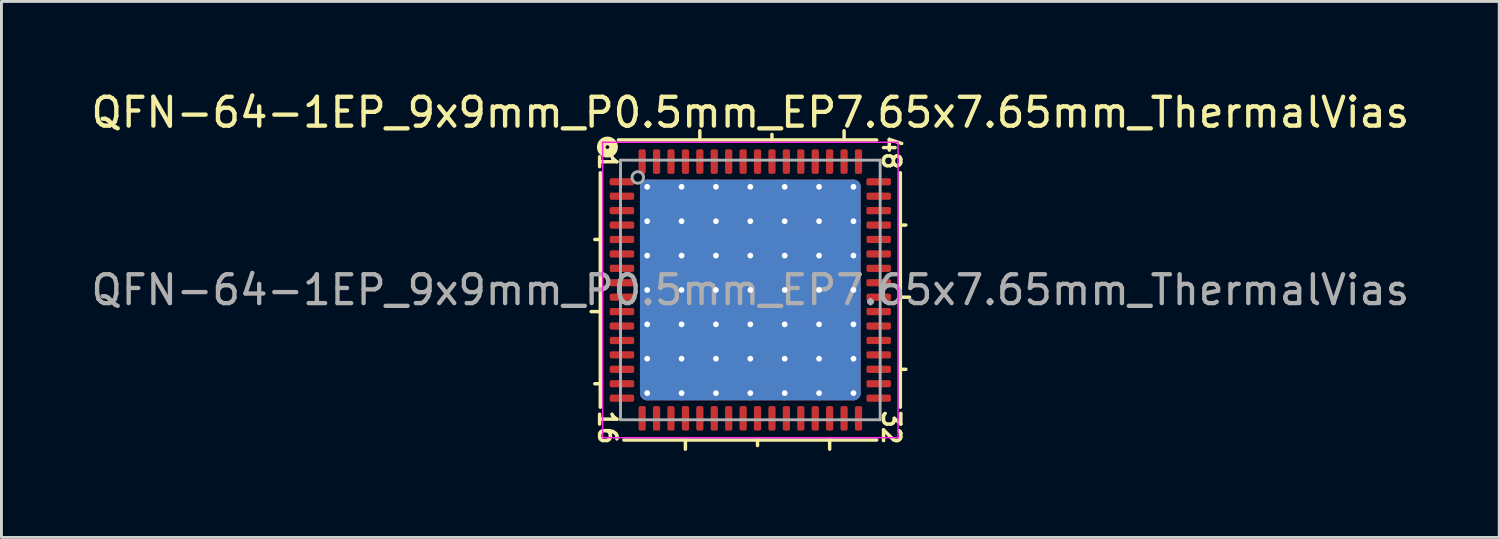
<source format=kicad_pcb>
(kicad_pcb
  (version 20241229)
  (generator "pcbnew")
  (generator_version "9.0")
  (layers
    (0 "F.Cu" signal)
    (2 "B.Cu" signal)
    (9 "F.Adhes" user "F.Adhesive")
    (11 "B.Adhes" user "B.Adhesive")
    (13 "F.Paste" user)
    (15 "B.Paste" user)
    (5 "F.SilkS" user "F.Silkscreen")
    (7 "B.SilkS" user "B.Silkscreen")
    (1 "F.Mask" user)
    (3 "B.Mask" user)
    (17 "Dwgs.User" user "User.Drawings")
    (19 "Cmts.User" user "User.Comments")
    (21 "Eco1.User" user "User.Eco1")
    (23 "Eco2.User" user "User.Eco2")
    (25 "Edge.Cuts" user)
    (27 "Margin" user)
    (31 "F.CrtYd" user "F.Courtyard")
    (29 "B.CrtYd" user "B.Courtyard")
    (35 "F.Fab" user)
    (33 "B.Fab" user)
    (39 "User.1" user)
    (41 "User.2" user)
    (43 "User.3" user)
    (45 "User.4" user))
  (footprint "QFN-64-1EP_9x9mm_P0.5mm_EP7.65x7.65mm_ThermalVias"
    (layer "F.Cu")
    (at 22.958 7.001)
    (property "Reference" "QFN-64-1EP_9x9mm_P0.5mm_EP7.65x7.65mm_ThermalVias" (at 0 -6.152 0) (layer "F.SilkS") (effects (font (size 1 1) (thickness 0.15))))
    (attr smd)
    (fp_line (start -5.2 -4.064) (end -5.2 4.064) (stroke (width 0.12) (type solid)) (layer "F.SilkS"))
    (fp_line (start -5.2 -1.75) (end -5.391 -1.75) (stroke (width 0.12) (type solid)) (layer "F.SilkS"))
    (fp_line (start -5.2 0.75) (end -5.518 0.75) (stroke (width 0.12) (type solid)) (layer "F.SilkS"))
    (fp_line (start -5.2 3.25) (end -5.391 3.25) (stroke (width 0.12) (type solid)) (layer "F.SilkS"))
    (fp_line (start -4.381 5.2) (end 4.381 5.2) (stroke (width 0.12) (type solid)) (layer "F.SilkS"))
    (fp_line (start -2.25 5.2) (end -2.25 5.518) (stroke (width 0.12) (type solid)) (layer "F.SilkS"))
    (fp_line (start -1.75 -5.2) (end -1.75 -5.518) (stroke (width 0.12) (type solid)) (layer "F.SilkS"))
    (fp_line (start 0.25 5.2) (end 0.25 5.391) (stroke (width 0.12) (type solid)) (layer "F.SilkS"))
    (fp_line (start 0.75 -5.2) (end 0.75 -5.391) (stroke (width 0.12) (type solid)) (layer "F.SilkS"))
    (fp_line (start 2.75 5.2) (end 2.75 5.518) (stroke (width 0.12) (type solid)) (layer "F.SilkS"))
    (fp_line (start 3.25 -5.2) (end 3.25 -5.518) (stroke (width 0.12) (type solid)) (layer "F.SilkS"))
    (fp_line (start 4.381 -5.2) (end -4.572 -5.2) (stroke (width 0.12) (type solid)) (layer "F.SilkS"))
    (fp_line (start 5.2 -2.25) (end 5.391 -2.25) (stroke (width 0.12) (type solid)) (layer "F.SilkS"))
    (fp_line (start 5.2 0.25) (end 5.518 0.25) (stroke (width 0.12) (type solid)) (layer "F.SilkS"))
    (fp_line (start 5.2 2.75) (end 5.391 2.75) (stroke (width 0.12) (type solid)) (layer "F.SilkS"))
    (fp_line (start 5.2 4.064) (end 5.2 -4.064) (stroke (width 0.12) (type solid)) (layer "F.SilkS"))
    (fp_circle (center -4.953 -4.953) (end -4.889 -4.953) (stroke (width 0.3) (type solid)) (fill no) (layer "F.SilkS"))
    (fp_line (start -5.12 -5.12) (end -5.12 5.12) (stroke (width 0.05) (type solid)) (layer "F.CrtYd"))
    (fp_line (start -5.12 5.12) (end 5.12 5.12) (stroke (width 0.05) (type solid)) (layer "F.CrtYd"))
    (fp_line (start 5.12 -5.12) (end -5.12 -5.12) (stroke (width 0.05) (type solid)) (layer "F.CrtYd"))
    (fp_line (start 5.12 5.12) (end 5.12 -5.12) (stroke (width 0.05) (type solid)) (layer "F.CrtYd"))
    (fp_line (start -4.5 -4.5) (end 4.5 -4.5) (stroke (width 0.1) (type solid)) (layer "F.Fab"))
    (fp_line (start -4.5 4.5) (end -4.5 -4.5) (stroke (width 0.1) (type solid)) (layer "F.Fab"))
    (fp_line (start 4.5 -4.5) (end 4.5 4.5) (stroke (width 0.1) (type solid)) (layer "F.Fab"))
    (fp_line (start 4.5 4.5) (end -4.5 4.5) (stroke (width 0.1) (type solid)) (layer "F.Fab"))
    (fp_circle (center -3.9 -3.9) (end -3.7 -3.9) (stroke (width 0.1) (type solid)) (fill no) (layer "F.Fab"))
    (fp_text user "1" (at -4.953 -4.445 270) (unlocked yes) (layer "F.SilkS") (effects (font (size 0.6 0.6) (thickness 0.12))))
    (fp_text user "32" (at 4.889 4.763 270) (unlocked yes) (layer "F.SilkS") (effects (font (size 0.6 0.6) (thickness 0.12))))
    (fp_text user "48" (at 4.889 -4.763 270) (unlocked yes) (layer "F.SilkS") (effects (font (size 0.6 0.6) (thickness 0.12))))
    (fp_text user "16" (at -4.953 4.763 270) (unlocked yes) (layer "F.SilkS") (effects (font (size 0.6 0.6) (thickness 0.12))))
    (fp_text user "${REFERENCE}" (at 0 0 0) (layer "F.Fab") (effects (font (size 1 1) (thickness 0.15))))
    (pad "" smd roundrect (at -2.979 -2.979) (size 1.028 1.028) (layers "F.Paste") (roundrect_rratio 0.243))
    (pad "" smd roundrect (at -2.979 -1.788) (size 1.028 1.028) (layers "F.Paste") (roundrect_rratio 0.243))
    (pad "" smd roundrect (at -2.979 -0.596) (size 1.028 1.028) (layers "F.Paste") (roundrect_rratio 0.243))
    (pad "" smd roundrect (at -2.979 0.596) (size 1.028 1.028) (layers "F.Paste") (roundrect_rratio 0.243))
    (pad "" smd roundrect (at -2.979 1.788) (size 1.028 1.028) (layers "F.Paste") (roundrect_rratio 0.243))
    (pad "" smd roundrect (at -2.979 2.979) (size 1.028 1.028) (layers "F.Paste") (roundrect_rratio 0.243))
    (pad "" smd roundrect (at -1.788 -2.979) (size 1.028 1.028) (layers "F.Paste") (roundrect_rratio 0.243))
    (pad "" smd roundrect (at -1.788 -1.788) (size 1.028 1.028) (layers "F.Paste") (roundrect_rratio 0.243))
    (pad "" smd roundrect (at -1.788 -0.596) (size 1.028 1.028) (layers "F.Paste") (roundrect_rratio 0.243))
    (pad "" smd roundrect (at -1.788 0.596) (size 1.028 1.028) (layers "F.Paste") (roundrect_rratio 0.243))
    (pad "" smd roundrect (at -1.788 1.788) (size 1.028 1.028) (layers "F.Paste") (roundrect_rratio 0.243))
    (pad "" smd roundrect (at -1.788 2.979) (size 1.028 1.028) (layers "F.Paste") (roundrect_rratio 0.243))
    (pad "" smd roundrect (at -0.596 -2.979) (size 1.028 1.028) (layers "F.Paste") (roundrect_rratio 0.243))
    (pad "" smd roundrect (at -0.596 -1.788) (size 1.028 1.028) (layers "F.Paste") (roundrect_rratio 0.243))
    (pad "" smd roundrect (at -0.596 -0.596) (size 1.028 1.028) (layers "F.Paste") (roundrect_rratio 0.243))
    (pad "" smd roundrect (at -0.596 0.596) (size 1.028 1.028) (layers "F.Paste") (roundrect_rratio 0.243))
    (pad "" smd roundrect (at -0.596 1.788) (size 1.028 1.028) (layers "F.Paste") (roundrect_rratio 0.243))
    (pad "" smd roundrect (at -0.596 2.979) (size 1.028 1.028) (layers "F.Paste") (roundrect_rratio 0.243))
    (pad "" smd roundrect (at 0.596 -2.979) (size 1.028 1.028) (layers "F.Paste") (roundrect_rratio 0.243))
    (pad "" smd roundrect (at 0.596 -1.788) (size 1.028 1.028) (layers "F.Paste") (roundrect_rratio 0.243))
    (pad "" smd roundrect (at 0.596 -0.596) (size 1.028 1.028) (layers "F.Paste") (roundrect_rratio 0.243))
    (pad "" smd roundrect (at 0.596 0.596) (size 1.028 1.028) (layers "F.Paste") (roundrect_rratio 0.243))
    (pad "" smd roundrect (at 0.596 1.788) (size 1.028 1.028) (layers "F.Paste") (roundrect_rratio 0.243))
    (pad "" smd roundrect (at 0.596 2.979) (size 1.028 1.028) (layers "F.Paste") (roundrect_rratio 0.243))
    (pad "" smd roundrect (at 1.788 -2.979) (size 1.028 1.028) (layers "F.Paste") (roundrect_rratio 0.243))
    (pad "" smd roundrect (at 1.788 -1.788) (size 1.028 1.028) (layers "F.Paste") (roundrect_rratio 0.243))
    (pad "" smd roundrect (at 1.788 -0.596) (size 1.028 1.028) (layers "F.Paste") (roundrect_rratio 0.243))
    (pad "" smd roundrect (at 1.788 0.596) (size 1.028 1.028) (layers "F.Paste") (roundrect_rratio 0.243))
    (pad "" smd roundrect (at 1.788 1.788) (size 1.028 1.028) (layers "F.Paste") (roundrect_rratio 0.243))
    (pad "" smd roundrect (at 1.788 2.979) (size 1.028 1.028) (layers "F.Paste") (roundrect_rratio 0.243))
    (pad "" smd roundrect (at 2.979 -2.979) (size 1.028 1.028) (layers "F.Paste") (roundrect_rratio 0.243))
    (pad "" smd roundrect (at 2.979 -1.788) (size 1.028 1.028) (layers "F.Paste") (roundrect_rratio 0.243))
    (pad "" smd roundrect (at 2.979 -0.596) (size 1.028 1.028) (layers "F.Paste") (roundrect_rratio 0.243))
    (pad "" smd roundrect (at 2.979 0.596) (size 1.028 1.028) (layers "F.Paste") (roundrect_rratio 0.243))
    (pad "" smd roundrect (at 2.979 1.788) (size 1.028 1.028) (layers "F.Paste") (roundrect_rratio 0.243))
    (pad "" smd roundrect (at 2.979 2.979) (size 1.028 1.028) (layers "F.Paste") (roundrect_rratio 0.243))
    (pad "1" smd roundrect (at -4.45 -3.75) (size 0.85 0.25) (layers "F.Cu" "F.Mask" "F.Paste") (roundrect_rratio 0.25))
    (pad "2" smd roundrect (at -4.45 -3.25) (size 0.85 0.25) (layers "F.Cu" "F.Mask" "F.Paste") (roundrect_rratio 0.25))
    (pad "3" smd roundrect (at -4.45 -2.75) (size 0.85 0.25) (layers "F.Cu" "F.Mask" "F.Paste") (roundrect_rratio 0.25))
    (pad "4" smd roundrect (at -4.45 -2.25) (size 0.85 0.25) (layers "F.Cu" "F.Mask" "F.Paste") (roundrect_rratio 0.25))
    (pad "5" smd roundrect (at -4.45 -1.75) (size 0.85 0.25) (layers "F.Cu" "F.Mask" "F.Paste") (roundrect_rratio 0.25))
    (pad "6" smd roundrect (at -4.45 -1.25) (size 0.85 0.25) (layers "F.Cu" "F.Mask" "F.Paste") (roundrect_rratio 0.25))
    (pad "7" smd roundrect (at -4.45 -0.75) (size 0.85 0.25) (layers "F.Cu" "F.Mask" "F.Paste") (roundrect_rratio 0.25))
    (pad "8" smd roundrect (at -4.45 -0.25) (size 0.85 0.25) (layers "F.Cu" "F.Mask" "F.Paste") (roundrect_rratio 0.25))
    (pad "9" smd roundrect (at -4.45 0.25) (size 0.85 0.25) (layers "F.Cu" "F.Mask" "F.Paste") (roundrect_rratio 0.25))
    (pad "10" smd roundrect (at -4.45 0.75) (size 0.85 0.25) (layers "F.Cu" "F.Mask" "F.Paste") (roundrect_rratio 0.25))
    (pad "11" smd roundrect (at -4.45 1.25) (size 0.85 0.25) (layers "F.Cu" "F.Mask" "F.Paste") (roundrect_rratio 0.25))
    (pad "12" smd roundrect (at -4.45 1.75) (size 0.85 0.25) (layers "F.Cu" "F.Mask" "F.Paste") (roundrect_rratio 0.25))
    (pad "13" smd roundrect (at -4.45 2.25) (size 0.85 0.25) (layers "F.Cu" "F.Mask" "F.Paste") (roundrect_rratio 0.25))
    (pad "14" smd roundrect (at -4.45 2.75) (size 0.85 0.25) (layers "F.Cu" "F.Mask" "F.Paste") (roundrect_rratio 0.25))
    (pad "15" smd roundrect (at -4.45 3.25) (size 0.85 0.25) (layers "F.Cu" "F.Mask" "F.Paste") (roundrect_rratio 0.25))
    (pad "16" smd roundrect (at -4.45 3.75) (size 0.85 0.25) (layers "F.Cu" "F.Mask" "F.Paste") (roundrect_rratio 0.25))
    (pad "17" smd roundrect (at -3.75 4.45) (size 0.25 0.85) (layers "F.Cu" "F.Mask" "F.Paste") (roundrect_rratio 0.25))
    (pad "18" smd roundrect (at -3.25 4.45) (size 0.25 0.85) (layers "F.Cu" "F.Mask" "F.Paste") (roundrect_rratio 0.25))
    (pad "19" smd roundrect (at -2.75 4.45) (size 0.25 0.85) (layers "F.Cu" "F.Mask" "F.Paste") (roundrect_rratio 0.25))
    (pad "20" smd roundrect (at -2.25 4.45) (size 0.25 0.85) (layers "F.Cu" "F.Mask" "F.Paste") (roundrect_rratio 0.25))
    (pad "21" smd roundrect (at -1.75 4.45) (size 0.25 0.85) (layers "F.Cu" "F.Mask" "F.Paste") (roundrect_rratio 0.25))
    (pad "22" smd roundrect (at -1.25 4.45) (size 0.25 0.85) (layers "F.Cu" "F.Mask" "F.Paste") (roundrect_rratio 0.25))
    (pad "23" smd roundrect (at -0.75 4.45) (size 0.25 0.85) (layers "F.Cu" "F.Mask" "F.Paste") (roundrect_rratio 0.25))
    (pad "24" smd roundrect (at -0.25 4.45) (size 0.25 0.85) (layers "F.Cu" "F.Mask" "F.Paste") (roundrect_rratio 0.25))
    (pad "25" smd roundrect (at 0.25 4.45) (size 0.25 0.85) (layers "F.Cu" "F.Mask" "F.Paste") (roundrect_rratio 0.25))
    (pad "26" smd roundrect (at 0.75 4.45) (size 0.25 0.85) (layers "F.Cu" "F.Mask" "F.Paste") (roundrect_rratio 0.25))
    (pad "27" smd roundrect (at 1.25 4.45) (size 0.25 0.85) (layers "F.Cu" "F.Mask" "F.Paste") (roundrect_rratio 0.25))
    (pad "28" smd roundrect (at 1.75 4.45) (size 0.25 0.85) (layers "F.Cu" "F.Mask" "F.Paste") (roundrect_rratio 0.25))
    (pad "29" smd roundrect (at 2.25 4.45) (size 0.25 0.85) (layers "F.Cu" "F.Mask" "F.Paste") (roundrect_rratio 0.25))
    (pad "30" smd roundrect (at 2.75 4.45) (size 0.25 0.85) (layers "F.Cu" "F.Mask" "F.Paste") (roundrect_rratio 0.25))
    (pad "31" smd roundrect (at 3.25 4.45) (size 0.25 0.85) (layers "F.Cu" "F.Mask" "F.Paste") (roundrect_rratio 0.25))
    (pad "32" smd roundrect (at 3.75 4.45) (size 0.25 0.85) (layers "F.Cu" "F.Mask" "F.Paste") (roundrect_rratio 0.25))
    (pad "33" smd roundrect (at 4.45 3.75) (size 0.85 0.25) (layers "F.Cu" "F.Mask" "F.Paste") (roundrect_rratio 0.25))
    (pad "34" smd roundrect (at 4.45 3.25) (size 0.85 0.25) (layers "F.Cu" "F.Mask" "F.Paste") (roundrect_rratio 0.25))
    (pad "35" smd roundrect (at 4.45 2.75) (size 0.85 0.25) (layers "F.Cu" "F.Mask" "F.Paste") (roundrect_rratio 0.25))
    (pad "36" smd roundrect (at 4.45 2.25) (size 0.85 0.25) (layers "F.Cu" "F.Mask" "F.Paste") (roundrect_rratio 0.25))
    (pad "37" smd roundrect (at 4.45 1.75) (size 0.85 0.25) (layers "F.Cu" "F.Mask" "F.Paste") (roundrect_rratio 0.25))
    (pad "38" smd roundrect (at 4.45 1.25) (size 0.85 0.25) (layers "F.Cu" "F.Mask" "F.Paste") (roundrect_rratio 0.25))
    (pad "39" smd roundrect (at 4.45 0.75) (size 0.85 0.25) (layers "F.Cu" "F.Mask" "F.Paste") (roundrect_rratio 0.25))
    (pad "40" smd roundrect (at 4.45 0.25) (size 0.85 0.25) (layers "F.Cu" "F.Mask" "F.Paste") (roundrect_rratio 0.25))
    (pad "41" smd roundrect (at 4.45 -0.25) (size 0.85 0.25) (layers "F.Cu" "F.Mask" "F.Paste") (roundrect_rratio 0.25))
    (pad "42" smd roundrect (at 4.45 -0.75) (size 0.85 0.25) (layers "F.Cu" "F.Mask" "F.Paste") (roundrect_rratio 0.25))
    (pad "43" smd roundrect (at 4.45 -1.25) (size 0.85 0.25) (layers "F.Cu" "F.Mask" "F.Paste") (roundrect_rratio 0.25))
    (pad "44" smd roundrect (at 4.45 -1.75) (size 0.85 0.25) (layers "F.Cu" "F.Mask" "F.Paste") (roundrect_rratio 0.25))
    (pad "45" smd roundrect (at 4.45 -2.25) (size 0.85 0.25) (layers "F.Cu" "F.Mask" "F.Paste") (roundrect_rratio 0.25))
    (pad "46" smd roundrect (at 4.45 -2.75) (size 0.85 0.25) (layers "F.Cu" "F.Mask" "F.Paste") (roundrect_rratio 0.25))
    (pad "47" smd roundrect (at 4.45 -3.25) (size 0.85 0.25) (layers "F.Cu" "F.Mask" "F.Paste") (roundrect_rratio 0.25))
    (pad "48" smd roundrect (at 4.45 -3.75) (size 0.85 0.25) (layers "F.Cu" "F.Mask" "F.Paste") (roundrect_rratio 0.25))
    (pad "49" smd roundrect (at 3.75 -4.45) (size 0.25 0.85) (layers "F.Cu" "F.Mask" "F.Paste") (roundrect_rratio 0.25))
    (pad "50" smd roundrect (at 3.25 -4.45) (size 0.25 0.85) (layers "F.Cu" "F.Mask" "F.Paste") (roundrect_rratio 0.25))
    (pad "51" smd roundrect (at 2.75 -4.45) (size 0.25 0.85) (layers "F.Cu" "F.Mask" "F.Paste") (roundrect_rratio 0.25))
    (pad "52" smd roundrect (at 2.25 -4.45) (size 0.25 0.85) (layers "F.Cu" "F.Mask" "F.Paste") (roundrect_rratio 0.25))
    (pad "53" smd roundrect (at 1.75 -4.45) (size 0.25 0.85) (layers "F.Cu" "F.Mask" "F.Paste") (roundrect_rratio 0.25))
    (pad "54" smd roundrect (at 1.25 -4.45) (size 0.25 0.85) (layers "F.Cu" "F.Mask" "F.Paste") (roundrect_rratio 0.25))
    (pad "55" smd roundrect (at 0.75 -4.45) (size 0.25 0.85) (layers "F.Cu" "F.Mask" "F.Paste") (roundrect_rratio 0.25))
    (pad "56" smd roundrect (at 0.25 -4.45) (size 0.25 0.85) (layers "F.Cu" "F.Mask" "F.Paste") (roundrect_rratio 0.25))
    (pad "57" smd roundrect (at -0.25 -4.45) (size 0.25 0.85) (layers "F.Cu" "F.Mask" "F.Paste") (roundrect_rratio 0.25))
    (pad "58" smd roundrect (at -0.75 -4.45) (size 0.25 0.85) (layers "F.Cu" "F.Mask" "F.Paste") (roundrect_rratio 0.25))
    (pad "59" smd roundrect (at -1.25 -4.45) (size 0.25 0.85) (layers "F.Cu" "F.Mask" "F.Paste") (roundrect_rratio 0.25))
    (pad "60" smd roundrect (at -1.75 -4.45) (size 0.25 0.85) (layers "F.Cu" "F.Mask" "F.Paste") (roundrect_rratio 0.25))
    (pad "61" smd roundrect (at -2.25 -4.45) (size 0.25 0.85) (layers "F.Cu" "F.Mask" "F.Paste") (roundrect_rratio 0.25))
    (pad "62" smd roundrect (at -2.75 -4.45) (size 0.25 0.85) (layers "F.Cu" "F.Mask" "F.Paste") (roundrect_rratio 0.25))
    (pad "63" smd roundrect (at -3.25 -4.45) (size 0.25 0.85) (layers "F.Cu" "F.Mask" "F.Paste") (roundrect_rratio 0.25))
    (pad "64" smd roundrect (at -3.75 -4.45) (size 0.25 0.85) (layers "F.Cu" "F.Mask" "F.Paste") (roundrect_rratio 0.25))
    (pad "65" thru_hole circle (at -3.575 -3.575) (size 0.5 0.5) (drill 0.2) (property pad_prop_heatsink) (layers "*.Cu"))
    (pad "65" thru_hole circle (at -3.575 -2.383) (size 0.5 0.5) (drill 0.2) (property pad_prop_heatsink) (layers "*.Cu"))
    (pad "65" thru_hole circle (at -3.575 -1.192) (size 0.5 0.5) (drill 0.2) (property pad_prop_heatsink) (layers "*.Cu"))
    (pad "65" thru_hole circle (at -3.575 0) (size 0.5 0.5) (drill 0.2) (property pad_prop_heatsink) (layers "*.Cu"))
    (pad "65" thru_hole circle (at -3.575 1.192) (size 0.5 0.5) (drill 0.2) (property pad_prop_heatsink) (layers "*.Cu"))
    (pad "65" thru_hole circle (at -3.575 2.383) (size 0.5 0.5) (drill 0.2) (property pad_prop_heatsink) (layers "*.Cu"))
    (pad "65" thru_hole circle (at -3.575 3.575) (size 0.5 0.5) (drill 0.2) (property pad_prop_heatsink) (layers "*.Cu"))
    (pad "65" thru_hole circle (at -2.383 -3.575) (size 0.5 0.5) (drill 0.2) (property pad_prop_heatsink) (layers "*.Cu"))
    (pad "65" thru_hole circle (at -2.383 -2.383) (size 0.5 0.5) (drill 0.2) (property pad_prop_heatsink) (layers "*.Cu"))
    (pad "65" thru_hole circle (at -2.383 -1.192) (size 0.5 0.5) (drill 0.2) (property pad_prop_heatsink) (layers "*.Cu"))
    (pad "65" thru_hole circle (at -2.383 0) (size 0.5 0.5) (drill 0.2) (property pad_prop_heatsink) (layers "*.Cu"))
    (pad "65" thru_hole circle (at -2.383 1.192) (size 0.5 0.5) (drill 0.2) (property pad_prop_heatsink) (layers "*.Cu"))
    (pad "65" thru_hole circle (at -2.383 2.383) (size 0.5 0.5) (drill 0.2) (property pad_prop_heatsink) (layers "*.Cu"))
    (pad "65" thru_hole circle (at -2.383 3.575) (size 0.5 0.5) (drill 0.2) (property pad_prop_heatsink) (layers "*.Cu"))
    (pad "65" thru_hole circle (at -1.192 -3.575) (size 0.5 0.5) (drill 0.2) (property pad_prop_heatsink) (layers "*.Cu"))
    (pad "65" thru_hole circle (at -1.192 -2.383) (size 0.5 0.5) (drill 0.2) (property pad_prop_heatsink) (layers "*.Cu"))
    (pad "65" thru_hole circle (at -1.192 -1.192) (size 0.5 0.5) (drill 0.2) (property pad_prop_heatsink) (layers "*.Cu"))
    (pad "65" thru_hole circle (at -1.192 0) (size 0.5 0.5) (drill 0.2) (property pad_prop_heatsink) (layers "*.Cu"))
    (pad "65" thru_hole circle (at -1.192 1.192) (size 0.5 0.5) (drill 0.2) (property pad_prop_heatsink) (layers "*.Cu"))
    (pad "65" thru_hole circle (at -1.192 2.383) (size 0.5 0.5) (drill 0.2) (property pad_prop_heatsink) (layers "*.Cu"))
    (pad "65" thru_hole circle (at -1.192 3.575) (size 0.5 0.5) (drill 0.2) (property pad_prop_heatsink) (layers "*.Cu"))
    (pad "65" thru_hole circle (at 0 -3.575) (size 0.5 0.5) (drill 0.2) (property pad_prop_heatsink) (layers "*.Cu"))
    (pad "65" thru_hole circle (at 0 -2.383) (size 0.5 0.5) (drill 0.2) (property pad_prop_heatsink) (layers "*.Cu"))
    (pad "65" thru_hole circle (at 0 -1.192) (size 0.5 0.5) (drill 0.2) (property pad_prop_heatsink) (layers "*.Cu"))
    (pad "65" thru_hole circle (at 0 0) (size 0.5 0.5) (drill 0.2) (property pad_prop_heatsink) (layers "*.Cu"))
    (pad "65" smd roundrect (at 0 0) (size 7.65 7.65) (layers "F.Cu" "F.Mask") (roundrect_rratio 0.033))
    (pad "65" smd roundrect (at 0 0) (size 7.65 7.65) (layers "B.Cu" "B.Mask") (roundrect_rratio 0.033))
    (pad "65" thru_hole circle (at 0 1.192) (size 0.5 0.5) (drill 0.2) (property pad_prop_heatsink) (layers "*.Cu"))
    (pad "65" thru_hole circle (at 0 2.383) (size 0.5 0.5) (drill 0.2) (property pad_prop_heatsink) (layers "*.Cu"))
    (pad "65" thru_hole circle (at 0 3.575) (size 0.5 0.5) (drill 0.2) (property pad_prop_heatsink) (layers "*.Cu"))
    (pad "65" thru_hole circle (at 1.192 -3.575) (size 0.5 0.5) (drill 0.2) (property pad_prop_heatsink) (layers "*.Cu"))
    (pad "65" thru_hole circle (at 1.192 -2.383) (size 0.5 0.5) (drill 0.2) (property pad_prop_heatsink) (layers "*.Cu"))
    (pad "65" thru_hole circle (at 1.192 -1.192) (size 0.5 0.5) (drill 0.2) (property pad_prop_heatsink) (layers "*.Cu"))
    (pad "65" thru_hole circle (at 1.192 0) (size 0.5 0.5) (drill 0.2) (property pad_prop_heatsink) (layers "*.Cu"))
    (pad "65" thru_hole circle (at 1.192 1.192) (size 0.5 0.5) (drill 0.2) (property pad_prop_heatsink) (layers "*.Cu"))
    (pad "65" thru_hole circle (at 1.192 2.383) (size 0.5 0.5) (drill 0.2) (property pad_prop_heatsink) (layers "*.Cu"))
    (pad "65" thru_hole circle (at 1.192 3.575) (size 0.5 0.5) (drill 0.2) (property pad_prop_heatsink) (layers "*.Cu"))
    (pad "65" thru_hole circle (at 2.383 -3.575) (size 0.5 0.5) (drill 0.2) (property pad_prop_heatsink) (layers "*.Cu"))
    (pad "65" thru_hole circle (at 2.383 -2.383) (size 0.5 0.5) (drill 0.2) (property pad_prop_heatsink) (layers "*.Cu"))
    (pad "65" thru_hole circle (at 2.383 -1.192) (size 0.5 0.5) (drill 0.2) (property pad_prop_heatsink) (layers "*.Cu"))
    (pad "65" thru_hole circle (at 2.383 0) (size 0.5 0.5) (drill 0.2) (property pad_prop_heatsink) (layers "*.Cu"))
    (pad "65" thru_hole circle (at 2.383 1.192) (size 0.5 0.5) (drill 0.2) (property pad_prop_heatsink) (layers "*.Cu"))
    (pad "65" thru_hole circle (at 2.383 2.383) (size 0.5 0.5) (drill 0.2) (property pad_prop_heatsink) (layers "*.Cu"))
    (pad "65" thru_hole circle (at 2.383 3.575) (size 0.5 0.5) (drill 0.2) (property pad_prop_heatsink) (layers "*.Cu"))
    (pad "65" thru_hole circle (at 3.575 -3.575) (size 0.5 0.5) (drill 0.2) (property pad_prop_heatsink) (layers "*.Cu"))
    (pad "65" thru_hole circle (at 3.575 -2.383) (size 0.5 0.5) (drill 0.2) (property pad_prop_heatsink) (layers "*.Cu"))
    (pad "65" thru_hole circle (at 3.575 -1.192) (size 0.5 0.5) (drill 0.2) (property pad_prop_heatsink) (layers "*.Cu"))
    (pad "65" thru_hole circle (at 3.575 0) (size 0.5 0.5) (drill 0.2) (property pad_prop_heatsink) (layers "*.Cu"))
    (pad "65" thru_hole circle (at 3.575 1.192) (size 0.5 0.5) (drill 0.2) (property pad_prop_heatsink) (layers "*.Cu"))
    (pad "65" thru_hole circle (at 3.575 2.383) (size 0.5 0.5) (drill 0.2) (property pad_prop_heatsink) (layers "*.Cu"))
    (pad "65" thru_hole circle (at 3.575 3.575) (size 0.5 0.5) (drill 0.2) (property pad_prop_heatsink) (layers "*.Cu")))
  (gr_rect
    (start -3 -3)
    (end 48.917 15.578)
    (stroke (width 0.1) (type default))
    (fill no)
    (layer "Edge.Cuts")))
</source>
